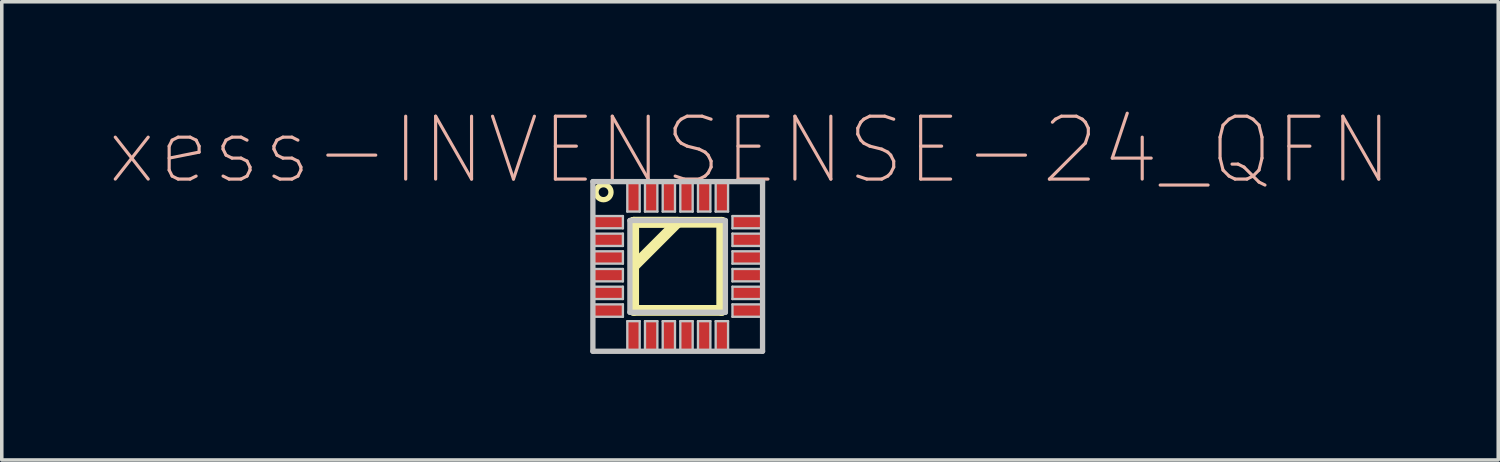
<source format=kicad_pcb>
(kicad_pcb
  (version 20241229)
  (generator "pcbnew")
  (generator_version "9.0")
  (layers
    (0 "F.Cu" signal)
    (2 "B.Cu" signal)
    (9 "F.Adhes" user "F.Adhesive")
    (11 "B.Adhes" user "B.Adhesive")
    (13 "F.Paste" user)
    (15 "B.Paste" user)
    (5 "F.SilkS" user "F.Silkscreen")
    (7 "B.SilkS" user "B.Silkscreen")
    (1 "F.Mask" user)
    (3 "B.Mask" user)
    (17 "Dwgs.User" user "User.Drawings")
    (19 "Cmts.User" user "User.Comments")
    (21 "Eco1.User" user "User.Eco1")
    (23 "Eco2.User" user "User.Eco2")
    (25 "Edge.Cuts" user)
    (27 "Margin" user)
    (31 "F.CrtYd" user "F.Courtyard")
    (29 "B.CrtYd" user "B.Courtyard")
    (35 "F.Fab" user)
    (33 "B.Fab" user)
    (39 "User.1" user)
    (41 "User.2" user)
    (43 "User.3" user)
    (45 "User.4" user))
  (footprint "xess-INVENSENSE-24_QFN"
    (layer "F.Cu")
    (at 14.115 3.233)
    (property "Reference" "xess-INVENSENSE-24_QFN" (at 4.044 -2.037 0) (layer "B.SilkS") (effects (font (size 1.778 1.778) (thickness 0.089))))
    (attr smd)
    (fp_line (start 0.754 0.003) (end 0.754 1.25) (stroke (width 0.305) (type solid)) (layer "F.SilkS"))
    (fp_line (start 0.754 0.003) (end 0.754 2.494) (stroke (width 0.305) (type solid)) (layer "F.SilkS"))
    (fp_line (start 0.754 1.25) (end 1.999 0.003) (stroke (width 0.305) (type solid)) (layer "F.SilkS"))
    (fp_line (start 0.754 2.494) (end 3.244 2.494) (stroke (width 0.305) (type solid)) (layer "F.SilkS"))
    (fp_line (start 1.999 0.003) (end 0.754 0.003) (stroke (width 0.305) (type solid)) (layer "F.SilkS"))
    (fp_line (start 3.244 0.003) (end 0.754 0.003) (stroke (width 0.305) (type solid)) (layer "F.SilkS"))
    (fp_line (start 3.244 2.494) (end 3.244 0.003) (stroke (width 0.305) (type solid)) (layer "F.SilkS"))
    (fp_circle (center -0.099 -0.848) (end -0.249 -0.998) (stroke (width 0.15) (type solid)) (fill no) (layer "F.SilkS"))
    (fp_line (start -0.399 -1.148) (end -0.399 3.65) (stroke (width 0.15) (type solid)) (layer "Dwgs.User"))
    (fp_line (start -0.399 -0.173) (end 0.45 -0.173) (stroke (width 0.066) (type solid)) (layer "Dwgs.User"))
    (fp_line (start -0.399 0.173) (end -0.399 -0.173) (stroke (width 0.066) (type solid)) (layer "Dwgs.User"))
    (fp_line (start -0.399 0.173) (end 0.45 0.173) (stroke (width 0.066) (type solid)) (layer "Dwgs.User"))
    (fp_line (start -0.399 0.323) (end 0.45 0.323) (stroke (width 0.066) (type solid)) (layer "Dwgs.User"))
    (fp_line (start -0.399 0.673) (end -0.399 0.323) (stroke (width 0.066) (type solid)) (layer "Dwgs.User"))
    (fp_line (start -0.399 0.673) (end 0.45 0.673) (stroke (width 0.066) (type solid)) (layer "Dwgs.User"))
    (fp_line (start -0.399 0.823) (end 0.45 0.823) (stroke (width 0.066) (type solid)) (layer "Dwgs.User"))
    (fp_line (start -0.399 1.173) (end -0.399 0.823) (stroke (width 0.066) (type solid)) (layer "Dwgs.User"))
    (fp_line (start -0.399 1.173) (end 0.45 1.173) (stroke (width 0.066) (type solid)) (layer "Dwgs.User"))
    (fp_line (start -0.399 1.323) (end 0.45 1.323) (stroke (width 0.066) (type solid)) (layer "Dwgs.User"))
    (fp_line (start -0.399 1.674) (end -0.399 1.323) (stroke (width 0.066) (type solid)) (layer "Dwgs.User"))
    (fp_line (start -0.399 1.674) (end 0.45 1.674) (stroke (width 0.066) (type solid)) (layer "Dwgs.User"))
    (fp_line (start -0.399 1.824) (end 0.45 1.824) (stroke (width 0.066) (type solid)) (layer "Dwgs.User"))
    (fp_line (start -0.399 2.174) (end -0.399 1.824) (stroke (width 0.066) (type solid)) (layer "Dwgs.User"))
    (fp_line (start -0.399 2.174) (end 0.45 2.174) (stroke (width 0.066) (type solid)) (layer "Dwgs.User"))
    (fp_line (start -0.399 2.324) (end 0.45 2.324) (stroke (width 0.066) (type solid)) (layer "Dwgs.User"))
    (fp_line (start -0.399 2.675) (end -0.399 2.324) (stroke (width 0.066) (type solid)) (layer "Dwgs.User"))
    (fp_line (start -0.399 2.675) (end 0.45 2.675) (stroke (width 0.066) (type solid)) (layer "Dwgs.User"))
    (fp_line (start -0.399 3.65) (end 4.399 3.65) (stroke (width 0.15) (type solid)) (layer "Dwgs.User"))
    (fp_line (start 0.45 0.173) (end 0.45 -0.173) (stroke (width 0.066) (type solid)) (layer "Dwgs.User"))
    (fp_line (start 0.45 0.673) (end 0.45 0.323) (stroke (width 0.066) (type solid)) (layer "Dwgs.User"))
    (fp_line (start 0.45 1.173) (end 0.45 0.823) (stroke (width 0.066) (type solid)) (layer "Dwgs.User"))
    (fp_line (start 0.45 1.674) (end 0.45 1.323) (stroke (width 0.066) (type solid)) (layer "Dwgs.User"))
    (fp_line (start 0.45 2.174) (end 0.45 1.824) (stroke (width 0.066) (type solid)) (layer "Dwgs.User"))
    (fp_line (start 0.45 2.675) (end 0.45 2.324) (stroke (width 0.066) (type solid)) (layer "Dwgs.User"))
    (fp_line (start 0.574 -1.148) (end 0.925 -1.148) (stroke (width 0.066) (type solid)) (layer "Dwgs.User"))
    (fp_line (start 0.574 -0.3) (end 0.574 -1.148) (stroke (width 0.066) (type solid)) (layer "Dwgs.User"))
    (fp_line (start 0.574 -0.3) (end 0.925 -0.3) (stroke (width 0.066) (type solid)) (layer "Dwgs.User"))
    (fp_line (start 0.574 2.799) (end 0.925 2.799) (stroke (width 0.066) (type solid)) (layer "Dwgs.User"))
    (fp_line (start 0.574 3.65) (end 0.574 2.799) (stroke (width 0.066) (type solid)) (layer "Dwgs.User"))
    (fp_line (start 0.574 3.65) (end 0.925 3.65) (stroke (width 0.066) (type solid)) (layer "Dwgs.User"))
    (fp_line (start 0.648 -0.048) (end 0.648 2.548) (stroke (width 0.15) (type solid)) (layer "Dwgs.User"))
    (fp_line (start 0.648 2.548) (end 3.348 2.548) (stroke (width 0.15) (type solid)) (layer "Dwgs.User"))
    (fp_line (start 0.925 -0.3) (end 0.925 -1.148) (stroke (width 0.066) (type solid)) (layer "Dwgs.User"))
    (fp_line (start 0.925 3.65) (end 0.925 2.799) (stroke (width 0.066) (type solid)) (layer "Dwgs.User"))
    (fp_line (start 1.074 -1.148) (end 1.425 -1.148) (stroke (width 0.066) (type solid)) (layer "Dwgs.User"))
    (fp_line (start 1.074 -0.3) (end 1.074 -1.148) (stroke (width 0.066) (type solid)) (layer "Dwgs.User"))
    (fp_line (start 1.074 -0.3) (end 1.425 -0.3) (stroke (width 0.066) (type solid)) (layer "Dwgs.User"))
    (fp_line (start 1.074 2.799) (end 1.425 2.799) (stroke (width 0.066) (type solid)) (layer "Dwgs.User"))
    (fp_line (start 1.074 3.65) (end 1.074 2.799) (stroke (width 0.066) (type solid)) (layer "Dwgs.User"))
    (fp_line (start 1.074 3.65) (end 1.425 3.65) (stroke (width 0.066) (type solid)) (layer "Dwgs.User"))
    (fp_line (start 1.425 -0.3) (end 1.425 -1.148) (stroke (width 0.066) (type solid)) (layer "Dwgs.User"))
    (fp_line (start 1.425 3.65) (end 1.425 2.799) (stroke (width 0.066) (type solid)) (layer "Dwgs.User"))
    (fp_line (start 1.575 -1.148) (end 1.923 -1.148) (stroke (width 0.066) (type solid)) (layer "Dwgs.User"))
    (fp_line (start 1.575 -0.3) (end 1.575 -1.148) (stroke (width 0.066) (type solid)) (layer "Dwgs.User"))
    (fp_line (start 1.575 -0.3) (end 1.923 -0.3) (stroke (width 0.066) (type solid)) (layer "Dwgs.User"))
    (fp_line (start 1.575 2.799) (end 1.923 2.799) (stroke (width 0.066) (type solid)) (layer "Dwgs.User"))
    (fp_line (start 1.575 3.65) (end 1.575 2.799) (stroke (width 0.066) (type solid)) (layer "Dwgs.User"))
    (fp_line (start 1.575 3.65) (end 1.923 3.65) (stroke (width 0.066) (type solid)) (layer "Dwgs.User"))
    (fp_line (start 1.923 -0.3) (end 1.923 -1.148) (stroke (width 0.066) (type solid)) (layer "Dwgs.User"))
    (fp_line (start 1.923 3.65) (end 1.923 2.799) (stroke (width 0.066) (type solid)) (layer "Dwgs.User"))
    (fp_line (start 2.073 -1.148) (end 2.423 -1.148) (stroke (width 0.066) (type solid)) (layer "Dwgs.User"))
    (fp_line (start 2.073 -0.3) (end 2.073 -1.148) (stroke (width 0.066) (type solid)) (layer "Dwgs.User"))
    (fp_line (start 2.073 -0.3) (end 2.423 -0.3) (stroke (width 0.066) (type solid)) (layer "Dwgs.User"))
    (fp_line (start 2.073 2.799) (end 2.423 2.799) (stroke (width 0.066) (type solid)) (layer "Dwgs.User"))
    (fp_line (start 2.073 3.65) (end 2.073 2.799) (stroke (width 0.066) (type solid)) (layer "Dwgs.User"))
    (fp_line (start 2.073 3.65) (end 2.423 3.65) (stroke (width 0.066) (type solid)) (layer "Dwgs.User"))
    (fp_line (start 2.423 -0.3) (end 2.423 -1.148) (stroke (width 0.066) (type solid)) (layer "Dwgs.User"))
    (fp_line (start 2.423 3.65) (end 2.423 2.799) (stroke (width 0.066) (type solid)) (layer "Dwgs.User"))
    (fp_line (start 2.573 -1.148) (end 2.924 -1.148) (stroke (width 0.066) (type solid)) (layer "Dwgs.User"))
    (fp_line (start 2.573 -0.3) (end 2.573 -1.148) (stroke (width 0.066) (type solid)) (layer "Dwgs.User"))
    (fp_line (start 2.573 -0.3) (end 2.924 -0.3) (stroke (width 0.066) (type solid)) (layer "Dwgs.User"))
    (fp_line (start 2.573 2.799) (end 2.924 2.799) (stroke (width 0.066) (type solid)) (layer "Dwgs.User"))
    (fp_line (start 2.573 3.65) (end 2.573 2.799) (stroke (width 0.066) (type solid)) (layer "Dwgs.User"))
    (fp_line (start 2.573 3.65) (end 2.924 3.65) (stroke (width 0.066) (type solid)) (layer "Dwgs.User"))
    (fp_line (start 2.924 -0.3) (end 2.924 -1.148) (stroke (width 0.066) (type solid)) (layer "Dwgs.User"))
    (fp_line (start 2.924 3.65) (end 2.924 2.799) (stroke (width 0.066) (type solid)) (layer "Dwgs.User"))
    (fp_line (start 3.073 -1.148) (end 3.424 -1.148) (stroke (width 0.066) (type solid)) (layer "Dwgs.User"))
    (fp_line (start 3.073 -0.3) (end 3.073 -1.148) (stroke (width 0.066) (type solid)) (layer "Dwgs.User"))
    (fp_line (start 3.073 -0.3) (end 3.424 -0.3) (stroke (width 0.066) (type solid)) (layer "Dwgs.User"))
    (fp_line (start 3.073 2.799) (end 3.424 2.799) (stroke (width 0.066) (type solid)) (layer "Dwgs.User"))
    (fp_line (start 3.073 3.65) (end 3.073 2.799) (stroke (width 0.066) (type solid)) (layer "Dwgs.User"))
    (fp_line (start 3.073 3.65) (end 3.424 3.65) (stroke (width 0.066) (type solid)) (layer "Dwgs.User"))
    (fp_line (start 3.348 -0.048) (end 0.648 -0.048) (stroke (width 0.15) (type solid)) (layer "Dwgs.User"))
    (fp_line (start 3.348 2.548) (end 3.348 -0.048) (stroke (width 0.15) (type solid)) (layer "Dwgs.User"))
    (fp_line (start 3.424 -0.3) (end 3.424 -1.148) (stroke (width 0.066) (type solid)) (layer "Dwgs.User"))
    (fp_line (start 3.424 3.65) (end 3.424 2.799) (stroke (width 0.066) (type solid)) (layer "Dwgs.User"))
    (fp_line (start 3.548 -0.173) (end 4.399 -0.173) (stroke (width 0.066) (type solid)) (layer "Dwgs.User"))
    (fp_line (start 3.548 0.173) (end 3.548 -0.173) (stroke (width 0.066) (type solid)) (layer "Dwgs.User"))
    (fp_line (start 3.548 0.173) (end 4.399 0.173) (stroke (width 0.066) (type solid)) (layer "Dwgs.User"))
    (fp_line (start 3.548 0.323) (end 4.399 0.323) (stroke (width 0.066) (type solid)) (layer "Dwgs.User"))
    (fp_line (start 3.548 0.673) (end 3.548 0.323) (stroke (width 0.066) (type solid)) (layer "Dwgs.User"))
    (fp_line (start 3.548 0.673) (end 4.399 0.673) (stroke (width 0.066) (type solid)) (layer "Dwgs.User"))
    (fp_line (start 3.548 0.823) (end 4.399 0.823) (stroke (width 0.066) (type solid)) (layer "Dwgs.User"))
    (fp_line (start 3.548 1.173) (end 3.548 0.823) (stroke (width 0.066) (type solid)) (layer "Dwgs.User"))
    (fp_line (start 3.548 1.173) (end 4.399 1.173) (stroke (width 0.066) (type solid)) (layer "Dwgs.User"))
    (fp_line (start 3.548 1.323) (end 4.399 1.323) (stroke (width 0.066) (type solid)) (layer "Dwgs.User"))
    (fp_line (start 3.548 1.674) (end 3.548 1.323) (stroke (width 0.066) (type solid)) (layer "Dwgs.User"))
    (fp_line (start 3.548 1.674) (end 4.399 1.674) (stroke (width 0.066) (type solid)) (layer "Dwgs.User"))
    (fp_line (start 3.548 1.824) (end 4.399 1.824) (stroke (width 0.066) (type solid)) (layer "Dwgs.User"))
    (fp_line (start 3.548 2.174) (end 3.548 1.824) (stroke (width 0.066) (type solid)) (layer "Dwgs.User"))
    (fp_line (start 3.548 2.174) (end 4.399 2.174) (stroke (width 0.066) (type solid)) (layer "Dwgs.User"))
    (fp_line (start 3.548 2.324) (end 4.399 2.324) (stroke (width 0.066) (type solid)) (layer "Dwgs.User"))
    (fp_line (start 3.548 2.675) (end 3.548 2.324) (stroke (width 0.066) (type solid)) (layer "Dwgs.User"))
    (fp_line (start 3.548 2.675) (end 4.399 2.675) (stroke (width 0.066) (type solid)) (layer "Dwgs.User"))
    (fp_line (start 4.399 -1.148) (end -0.399 -1.148) (stroke (width 0.15) (type solid)) (layer "Dwgs.User"))
    (fp_line (start 4.399 0.173) (end 4.399 -0.173) (stroke (width 0.066) (type solid)) (layer "Dwgs.User"))
    (fp_line (start 4.399 0.673) (end 4.399 0.323) (stroke (width 0.066) (type solid)) (layer "Dwgs.User"))
    (fp_line (start 4.399 1.173) (end 4.399 0.823) (stroke (width 0.066) (type solid)) (layer "Dwgs.User"))
    (fp_line (start 4.399 1.674) (end 4.399 1.323) (stroke (width 0.066) (type solid)) (layer "Dwgs.User"))
    (fp_line (start 4.399 2.174) (end 4.399 1.824) (stroke (width 0.066) (type solid)) (layer "Dwgs.User"))
    (fp_line (start 4.399 2.675) (end 4.399 2.324) (stroke (width 0.066) (type solid)) (layer "Dwgs.User"))
    (fp_line (start 4.399 3.65) (end 4.399 -1.148) (stroke (width 0.15) (type solid)) (layer "Dwgs.User"))
    (pad "1" smd rect (at 0.023 0) (size 0.848 0.338) (layers "F.Cu" "F.Mask" "F.Paste"))
    (pad "2" smd rect (at 0.023 0.498) (size 0.848 0.338) (layers "F.Cu" "F.Mask" "F.Paste"))
    (pad "3" smd rect (at 0.023 0.998) (size 0.848 0.338) (layers "F.Cu" "F.Mask" "F.Paste"))
    (pad "4" smd rect (at 0.023 1.499) (size 0.848 0.338) (layers "F.Cu" "F.Mask" "F.Paste"))
    (pad "5" smd rect (at 0.023 1.999) (size 0.848 0.338) (layers "F.Cu" "F.Mask" "F.Paste"))
    (pad "6" smd rect (at 0.023 2.499) (size 0.848 0.338) (layers "F.Cu" "F.Mask" "F.Paste"))
    (pad "7" smd rect (at 0.749 3.223) (size 0.338 0.848) (layers "F.Cu" "F.Mask" "F.Paste"))
    (pad "8" smd rect (at 1.25 3.223) (size 0.338 0.848) (layers "F.Cu" "F.Mask" "F.Paste"))
    (pad "9" smd rect (at 1.748 3.223) (size 0.338 0.848) (layers "F.Cu" "F.Mask" "F.Paste"))
    (pad "10" smd rect (at 2.248 3.223) (size 0.338 0.848) (layers "F.Cu" "F.Mask" "F.Paste"))
    (pad "11" smd rect (at 2.748 3.223) (size 0.338 0.848) (layers "F.Cu" "F.Mask" "F.Paste"))
    (pad "12" smd rect (at 3.249 3.223) (size 0.338 0.848) (layers "F.Cu" "F.Mask" "F.Paste"))
    (pad "13" smd rect (at 3.973 2.499) (size 0.848 0.338) (layers "F.Cu" "F.Mask" "F.Paste"))
    (pad "14" smd rect (at 3.973 1.999) (size 0.848 0.338) (layers "F.Cu" "F.Mask" "F.Paste"))
    (pad "15" smd rect (at 3.973 1.499) (size 0.848 0.338) (layers "F.Cu" "F.Mask" "F.Paste"))
    (pad "16" smd rect (at 3.973 0.998) (size 0.848 0.338) (layers "F.Cu" "F.Mask" "F.Paste"))
    (pad "17" smd rect (at 3.973 0.498) (size 0.848 0.338) (layers "F.Cu" "F.Mask" "F.Paste"))
    (pad "18" smd rect (at 3.973 0) (size 0.848 0.338) (layers "F.Cu" "F.Mask" "F.Paste"))
    (pad "19" smd rect (at 3.249 -0.724) (size 0.338 0.848) (layers "F.Cu" "F.Mask" "F.Paste"))
    (pad "20" smd rect (at 2.748 -0.724) (size 0.338 0.848) (layers "F.Cu" "F.Mask" "F.Paste"))
    (pad "21" smd rect (at 2.248 -0.724) (size 0.338 0.848) (layers "F.Cu" "F.Mask" "F.Paste"))
    (pad "22" smd rect (at 1.748 -0.724) (size 0.338 0.848) (layers "F.Cu" "F.Mask" "F.Paste"))
    (pad "23" smd rect (at 1.25 -0.724) (size 0.338 0.848) (layers "F.Cu" "F.Mask" "F.Paste"))
    (pad "24" smd rect (at 0.749 -0.724) (size 0.338 0.848) (layers "F.Cu" "F.Mask" "F.Paste")))
  (gr_rect
    (start -3 -3)
    (end 39.318 9.958)
    (stroke (width 0.1) (type default))
    (fill no)
    (layer "Edge.Cuts")))
</source>
